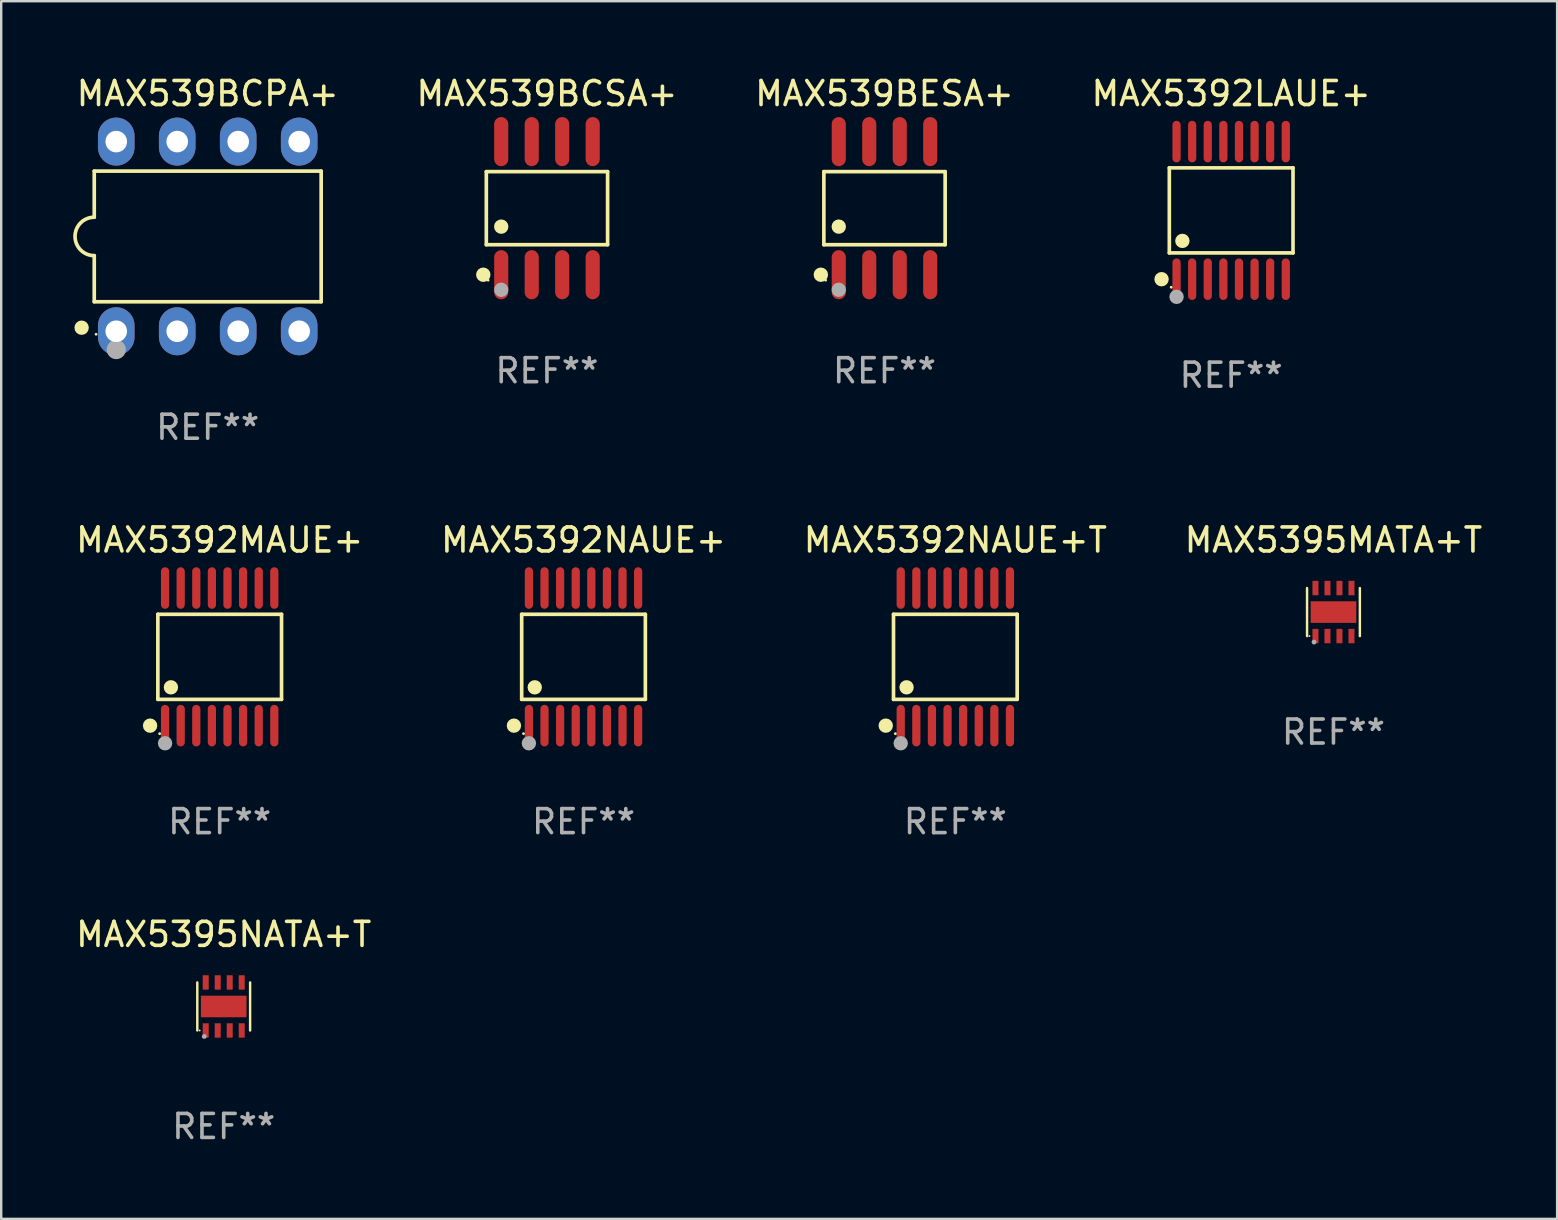
<source format=kicad_pcb>
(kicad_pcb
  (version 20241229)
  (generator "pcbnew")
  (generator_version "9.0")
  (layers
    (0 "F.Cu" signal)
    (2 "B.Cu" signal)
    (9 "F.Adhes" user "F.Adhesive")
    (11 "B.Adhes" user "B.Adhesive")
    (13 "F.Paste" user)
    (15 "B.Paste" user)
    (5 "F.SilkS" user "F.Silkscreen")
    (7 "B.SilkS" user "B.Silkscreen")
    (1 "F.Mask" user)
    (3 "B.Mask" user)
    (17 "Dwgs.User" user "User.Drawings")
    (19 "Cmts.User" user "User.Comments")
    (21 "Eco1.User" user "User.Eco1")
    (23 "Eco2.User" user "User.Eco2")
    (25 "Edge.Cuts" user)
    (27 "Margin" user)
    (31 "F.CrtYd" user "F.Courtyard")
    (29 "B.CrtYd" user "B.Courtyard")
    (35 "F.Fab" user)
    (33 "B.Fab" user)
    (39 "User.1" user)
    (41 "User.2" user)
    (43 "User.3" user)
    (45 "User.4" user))
  (footprint "MAX539BESA+"
    (layer "F.Cu")
    (at 33.793 5.621)
    (property "Reference" "MAX539BESA+" (at 0 -4.772 0) (layer "F.SilkS") (effects (font (size 1 1) (thickness 0.15))))
    (attr through_hole)
    (fp_line (start -2.526 -1.521) (end 2.526 -1.521) (stroke (width 0.152) (type solid)) (layer "F.SilkS"))
    (fp_line (start -2.526 1.521) (end -2.526 -1.521) (stroke (width 0.152) (type solid)) (layer "F.SilkS"))
    (fp_line (start 2.526 -1.521) (end 2.526 1.521) (stroke (width 0.152) (type solid)) (layer "F.SilkS"))
    (fp_line (start 2.526 1.521) (end -2.526 1.521) (stroke (width 0.152) (type solid)) (layer "F.SilkS"))
    (fp_circle (center -2.652 2.772) (end -2.501 2.772) (stroke (width 0.3) (type solid)) (fill no) (layer "F.SilkS"))
    (fp_circle (center -2.45 3) (end -2.42 3) (stroke (width 0.06) (type solid)) (fill no) (layer "F.SilkS"))
    (fp_circle (center -1.905 0.769) (end -1.755 0.769) (stroke (width 0.3) (type solid)) (fill no) (layer "F.SilkS"))
    (fp_circle (center -1.905 3.4) (end -1.755 3.4) (stroke (width 0.3) (type solid)) (fill no) (layer "F.Fab"))
    (fp_text user "REF**" (at 0 6.772 0) (layer "F.Fab") (effects (font (size 1 1) (thickness 0.15))))
    (pad "1" smd oval (at -1.905 2.772) (size 0.588 2.045) (layers "F.Cu" "F.Mask" "F.Paste"))
    (pad "2" smd oval (at -0.635 2.772) (size 0.588 2.045) (layers "F.Cu" "F.Mask" "F.Paste"))
    (pad "3" smd oval (at 0.635 2.772) (size 0.588 2.045) (layers "F.Cu" "F.Mask" "F.Paste"))
    (pad "4" smd oval (at 1.905 2.772) (size 0.588 2.045) (layers "F.Cu" "F.Mask" "F.Paste"))
    (pad "5" smd oval (at 1.905 -2.772) (size 0.588 2.045) (layers "F.Cu" "F.Mask" "F.Paste"))
    (pad "6" smd oval (at 0.635 -2.772) (size 0.588 2.045) (layers "F.Cu" "F.Mask" "F.Paste"))
    (pad "7" smd oval (at -0.635 -2.772) (size 0.588 2.045) (layers "F.Cu" "F.Mask" "F.Paste"))
    (pad "8" smd oval (at -1.905 -2.772) (size 0.588 2.045) (layers "F.Cu" "F.Mask" "F.Paste")))
  (footprint "MAX5392NAUE+T"
    (layer "F.Cu")
    (at 36.744 24.31)
    (property "Reference" "MAX5392NAUE+T" (at 0 -4.866 0) (layer "F.SilkS") (effects (font (size 1 1) (thickness 0.15))))
    (attr through_hole)
    (fp_line (start -2.576 -1.772) (end 2.576 -1.772) (stroke (width 0.152) (type solid)) (layer "F.SilkS"))
    (fp_line (start -2.576 1.771) (end -2.576 -1.772) (stroke (width 0.152) (type solid)) (layer "F.SilkS"))
    (fp_line (start 2.576 -1.772) (end 2.576 1.771) (stroke (width 0.152) (type solid)) (layer "F.SilkS"))
    (fp_line (start 2.576 1.771) (end -2.576 1.771) (stroke (width 0.152) (type solid)) (layer "F.SilkS"))
    (fp_circle (center -2.899 2.866) (end -2.749 2.866) (stroke (width 0.3) (type solid)) (fill no) (layer "F.SilkS"))
    (fp_circle (center -2.5 3.2) (end -2.47 3.2) (stroke (width 0.06) (type solid)) (fill no) (layer "F.SilkS"))
    (fp_circle (center -2.032 1.27) (end -1.882 1.27) (stroke (width 0.3) (type solid)) (fill no) (layer "F.SilkS"))
    (fp_circle (center -2.275 3.6) (end -2.125 3.6) (stroke (width 0.3) (type solid)) (fill no) (layer "F.Fab"))
    (fp_text user "REF**" (at 0 6.866 0) (layer "F.Fab") (effects (font (size 1 1) (thickness 0.15))))
    (pad "1" smd oval (at -2.275 2.866) (size 0.343 1.731) (layers "F.Cu" "F.Mask" "F.Paste"))
    (pad "2" smd oval (at -1.625 2.866) (size 0.343 1.731) (layers "F.Cu" "F.Mask" "F.Paste"))
    (pad "3" smd oval (at -0.975 2.866) (size 0.343 1.731) (layers "F.Cu" "F.Mask" "F.Paste"))
    (pad "4" smd oval (at -0.325 2.866) (size 0.343 1.731) (layers "F.Cu" "F.Mask" "F.Paste"))
    (pad "5" smd oval (at 0.325 2.866) (size 0.343 1.731) (layers "F.Cu" "F.Mask" "F.Paste"))
    (pad "6" smd oval (at 0.975 2.866) (size 0.343 1.731) (layers "F.Cu" "F.Mask" "F.Paste"))
    (pad "7" smd oval (at 1.625 2.866) (size 0.343 1.731) (layers "F.Cu" "F.Mask" "F.Paste"))
    (pad "8" smd oval (at 2.275 2.866) (size 0.343 1.731) (layers "F.Cu" "F.Mask" "F.Paste"))
    (pad "9" smd oval (at 2.275 -2.866) (size 0.343 1.731) (layers "F.Cu" "F.Mask" "F.Paste"))
    (pad "10" smd oval (at 1.625 -2.866) (size 0.343 1.731) (layers "F.Cu" "F.Mask" "F.Paste"))
    (pad "11" smd oval (at 0.975 -2.866) (size 0.343 1.731) (layers "F.Cu" "F.Mask" "F.Paste"))
    (pad "12" smd oval (at 0.325 -2.866) (size 0.343 1.731) (layers "F.Cu" "F.Mask" "F.Paste"))
    (pad "13" smd oval (at -0.325 -2.866) (size 0.343 1.731) (layers "F.Cu" "F.Mask" "F.Paste"))
    (pad "14" smd oval (at -0.975 -2.866) (size 0.343 1.731) (layers "F.Cu" "F.Mask" "F.Paste"))
    (pad "15" smd oval (at -1.625 -2.866) (size 0.343 1.731) (layers "F.Cu" "F.Mask" "F.Paste"))
    (pad "16" smd oval (at -2.275 -2.866) (size 0.343 1.731) (layers "F.Cu" "F.Mask" "F.Paste")))
  (footprint "MAX5395MATA+T"
    (layer "F.Cu")
    (at 52.494 22.445)
    (property "Reference" "MAX5395MATA+T" (at 0 -3 0) (layer "F.SilkS") (effects (font (size 1 1) (thickness 0.15))))
    (attr through_hole)
    (fp_line (start -1.1 1) (end -1.1 -1) (stroke (width 0.102) (type solid)) (layer "F.SilkS"))
    (fp_line (start 1.1 1) (end 1.1 -1) (stroke (width 0.102) (type solid)) (layer "F.SilkS"))
    (fp_circle (center -1 1) (end -0.98 1) (stroke (width 0.04) (type solid)) (fill no) (layer "F.SilkS"))
    (fp_circle (center -0.81 1.25) (end -0.76 1.25) (stroke (width 0.1) (type solid)) (fill no) (layer "F.Fab"))
    (fp_text user "REF**" (at 0 5 0) (layer "F.Fab") (effects (font (size 1 1) (thickness 0.15))))
    (pad "1" smd rect (at -0.75 1 90) (size 0.6 0.25) (layers "F.Cu" "F.Mask" "F.Paste"))
    (pad "2" smd rect (at -0.25 1 90) (size 0.6 0.25) (layers "F.Cu" "F.Mask" "F.Paste"))
    (pad "3" smd rect (at 0.25 1 90) (size 0.6 0.25) (layers "F.Cu" "F.Mask" "F.Paste"))
    (pad "4" smd rect (at 0.75 1 90) (size 0.6 0.25) (layers "F.Cu" "F.Mask" "F.Paste"))
    (pad "5" smd rect (at 0.75 -1 90) (size 0.6 0.25) (layers "F.Cu" "F.Mask" "F.Paste"))
    (pad "6" smd rect (at 0.25 -1 90) (size 0.6 0.25) (layers "F.Cu" "F.Mask" "F.Paste"))
    (pad "7" smd rect (at -0.25 -1 90) (size 0.6 0.25) (layers "F.Cu" "F.Mask" "F.Paste"))
    (pad "8" smd rect (at -0.75 -1 90) (size 0.6 0.25) (layers "F.Cu" "F.Mask" "F.Paste"))
    (pad "9" smd rect (at -0.000127 0.001 180) (size 1.9 0.9) (layers "F.Cu" "F.Mask" "F.Paste")))
  (footprint "MAX539BCPA+"
    (layer "F.Cu")
    (at 5.602 6.798)
    (property "Reference" "MAX539BCPA+" (at 0 -5.95 0) (layer "F.SilkS") (effects (font (size 1 1) (thickness 0.15))))
    (attr through_hole)
    (fp_line (start -4.726 -2.721) (end -4.726 -0.8) (stroke (width 0.152) (type solid)) (layer "F.SilkS"))
    (fp_line (start -4.726 0.8) (end -4.726 2.721) (stroke (width 0.152) (type solid)) (layer "F.SilkS"))
    (fp_line (start -4.726 2.721) (end 4.726 2.721) (stroke (width 0.152) (type solid)) (layer "F.SilkS"))
    (fp_line (start 4.726 -2.721) (end -4.726 -2.721) (stroke (width 0.152) (type solid)) (layer "F.SilkS"))
    (fp_line (start 4.726 2.721) (end 4.726 -2.721) (stroke (width 0.152) (type solid)) (layer "F.SilkS"))
    (fp_arc (start -4.726213 0.8) (mid -5.526213 0) (end -4.726213 -0.8) (stroke (width 0.1524) (type solid)) (layer "F.SilkS"))
    (fp_circle (center -5.252 3.802) (end -5.102 3.802) (stroke (width 0.3) (type solid)) (fill no) (layer "F.SilkS"))
    (fp_circle (center -4.65 4.075) (end -4.62 4.075) (stroke (width 0.06) (type solid)) (fill no) (layer "F.SilkS"))
    (fp_circle (center -3.81 4.712) (end -3.61 4.712) (stroke (width 0.4) (type solid)) (fill no) (layer "F.Fab"))
    (fp_text user "REF**" (at 0 7.95 0) (layer "F.Fab") (effects (font (size 1 1) (thickness 0.15))))
    (pad "1" thru_hole oval (at -3.81 3.95) (size 1.524 2) (drill 0.9) (layers "*.Cu" "*.Mask"))
    (pad "2" thru_hole oval (at -1.27 3.95) (size 1.524 2) (drill 0.9) (layers "*.Cu" "*.Mask"))
    (pad "3" thru_hole oval (at 1.27 3.95) (size 1.524 2) (drill 0.9) (layers "*.Cu" "*.Mask"))
    (pad "4" thru_hole oval (at 3.81 3.95) (size 1.524 2) (drill 0.9) (layers "*.Cu" "*.Mask"))
    (pad "5" thru_hole oval (at 3.81 -3.95) (size 1.524 2) (drill 0.9) (layers "*.Cu" "*.Mask"))
    (pad "6" thru_hole oval (at 1.27 -3.95) (size 1.524 2) (drill 0.9) (layers "*.Cu" "*.Mask"))
    (pad "7" thru_hole oval (at -1.27 -3.95) (size 1.524 2) (drill 0.9) (layers "*.Cu" "*.Mask"))
    (pad "8" thru_hole oval (at -3.81 -3.95) (size 1.524 2) (drill 0.9) (layers "*.Cu" "*.Mask")))
  (footprint "MAX5392LAUE+"
    (layer "F.Cu")
    (at 48.233 5.714)
    (property "Reference" "MAX5392LAUE+" (at 0 -4.866 0) (layer "F.SilkS") (effects (font (size 1 1) (thickness 0.15))))
    (attr through_hole)
    (fp_line (start -2.576 -1.772) (end 2.576 -1.772) (stroke (width 0.152) (type solid)) (layer "F.SilkS"))
    (fp_line (start -2.576 1.771) (end -2.576 -1.772) (stroke (width 0.152) (type solid)) (layer "F.SilkS"))
    (fp_line (start 2.576 -1.772) (end 2.576 1.771) (stroke (width 0.152) (type solid)) (layer "F.SilkS"))
    (fp_line (start 2.576 1.771) (end -2.576 1.771) (stroke (width 0.152) (type solid)) (layer "F.SilkS"))
    (fp_circle (center -2.899 2.866) (end -2.749 2.866) (stroke (width 0.3) (type solid)) (fill no) (layer "F.SilkS"))
    (fp_circle (center -2.5 3.2) (end -2.47 3.2) (stroke (width 0.06) (type solid)) (fill no) (layer "F.SilkS"))
    (fp_circle (center -2.032 1.27) (end -1.882 1.27) (stroke (width 0.3) (type solid)) (fill no) (layer "F.SilkS"))
    (fp_circle (center -2.275 3.6) (end -2.125 3.6) (stroke (width 0.3) (type solid)) (fill no) (layer "F.Fab"))
    (fp_text user "REF**" (at 0 6.866 0) (layer "F.Fab") (effects (font (size 1 1) (thickness 0.15))))
    (pad "1" smd oval (at -2.275 2.866) (size 0.343 1.731) (layers "F.Cu" "F.Mask" "F.Paste"))
    (pad "2" smd oval (at -1.625 2.866) (size 0.343 1.731) (layers "F.Cu" "F.Mask" "F.Paste"))
    (pad "3" smd oval (at -0.975 2.866) (size 0.343 1.731) (layers "F.Cu" "F.Mask" "F.Paste"))
    (pad "4" smd oval (at -0.325 2.866) (size 0.343 1.731) (layers "F.Cu" "F.Mask" "F.Paste"))
    (pad "5" smd oval (at 0.325 2.866) (size 0.343 1.731) (layers "F.Cu" "F.Mask" "F.Paste"))
    (pad "6" smd oval (at 0.975 2.866) (size 0.343 1.731) (layers "F.Cu" "F.Mask" "F.Paste"))
    (pad "7" smd oval (at 1.625 2.866) (size 0.343 1.731) (layers "F.Cu" "F.Mask" "F.Paste"))
    (pad "8" smd oval (at 2.275 2.866) (size 0.343 1.731) (layers "F.Cu" "F.Mask" "F.Paste"))
    (pad "9" smd oval (at 2.275 -2.866) (size 0.343 1.731) (layers "F.Cu" "F.Mask" "F.Paste"))
    (pad "10" smd oval (at 1.625 -2.866) (size 0.343 1.731) (layers "F.Cu" "F.Mask" "F.Paste"))
    (pad "11" smd oval (at 0.975 -2.866) (size 0.343 1.731) (layers "F.Cu" "F.Mask" "F.Paste"))
    (pad "12" smd oval (at 0.325 -2.866) (size 0.343 1.731) (layers "F.Cu" "F.Mask" "F.Paste"))
    (pad "13" smd oval (at -0.325 -2.866) (size 0.343 1.731) (layers "F.Cu" "F.Mask" "F.Paste"))
    (pad "14" smd oval (at -0.975 -2.866) (size 0.343 1.731) (layers "F.Cu" "F.Mask" "F.Paste"))
    (pad "15" smd oval (at -1.625 -2.866) (size 0.343 1.731) (layers "F.Cu" "F.Mask" "F.Paste"))
    (pad "16" smd oval (at -2.275 -2.866) (size 0.343 1.731) (layers "F.Cu" "F.Mask" "F.Paste")))
  (footprint "MAX5392MAUE+"
    (layer "F.Cu")
    (at 6.101 24.31)
    (property "Reference" "MAX5392MAUE+" (at 0 -4.866 0) (layer "F.SilkS") (effects (font (size 1 1) (thickness 0.15))))
    (attr through_hole)
    (fp_line (start -2.576 -1.772) (end 2.576 -1.772) (stroke (width 0.152) (type solid)) (layer "F.SilkS"))
    (fp_line (start -2.576 1.771) (end -2.576 -1.772) (stroke (width 0.152) (type solid)) (layer "F.SilkS"))
    (fp_line (start 2.576 -1.772) (end 2.576 1.771) (stroke (width 0.152) (type solid)) (layer "F.SilkS"))
    (fp_line (start 2.576 1.771) (end -2.576 1.771) (stroke (width 0.152) (type solid)) (layer "F.SilkS"))
    (fp_circle (center -2.899 2.866) (end -2.749 2.866) (stroke (width 0.3) (type solid)) (fill no) (layer "F.SilkS"))
    (fp_circle (center -2.5 3.2) (end -2.47 3.2) (stroke (width 0.06) (type solid)) (fill no) (layer "F.SilkS"))
    (fp_circle (center -2.032 1.27) (end -1.882 1.27) (stroke (width 0.3) (type solid)) (fill no) (layer "F.SilkS"))
    (fp_circle (center -2.275 3.6) (end -2.125 3.6) (stroke (width 0.3) (type solid)) (fill no) (layer "F.Fab"))
    (fp_text user "REF**" (at 0 6.866 0) (layer "F.Fab") (effects (font (size 1 1) (thickness 0.15))))
    (pad "1" smd oval (at -2.275 2.866) (size 0.343 1.731) (layers "F.Cu" "F.Mask" "F.Paste"))
    (pad "2" smd oval (at -1.625 2.866) (size 0.343 1.731) (layers "F.Cu" "F.Mask" "F.Paste"))
    (pad "3" smd oval (at -0.975 2.866) (size 0.343 1.731) (layers "F.Cu" "F.Mask" "F.Paste"))
    (pad "4" smd oval (at -0.325 2.866) (size 0.343 1.731) (layers "F.Cu" "F.Mask" "F.Paste"))
    (pad "5" smd oval (at 0.325 2.866) (size 0.343 1.731) (layers "F.Cu" "F.Mask" "F.Paste"))
    (pad "6" smd oval (at 0.975 2.866) (size 0.343 1.731) (layers "F.Cu" "F.Mask" "F.Paste"))
    (pad "7" smd oval (at 1.625 2.866) (size 0.343 1.731) (layers "F.Cu" "F.Mask" "F.Paste"))
    (pad "8" smd oval (at 2.275 2.866) (size 0.343 1.731) (layers "F.Cu" "F.Mask" "F.Paste"))
    (pad "9" smd oval (at 2.275 -2.866) (size 0.343 1.731) (layers "F.Cu" "F.Mask" "F.Paste"))
    (pad "10" smd oval (at 1.625 -2.866) (size 0.343 1.731) (layers "F.Cu" "F.Mask" "F.Paste"))
    (pad "11" smd oval (at 0.975 -2.866) (size 0.343 1.731) (layers "F.Cu" "F.Mask" "F.Paste"))
    (pad "12" smd oval (at 0.325 -2.866) (size 0.343 1.731) (layers "F.Cu" "F.Mask" "F.Paste"))
    (pad "13" smd oval (at -0.325 -2.866) (size 0.343 1.731) (layers "F.Cu" "F.Mask" "F.Paste"))
    (pad "14" smd oval (at -0.975 -2.866) (size 0.343 1.731) (layers "F.Cu" "F.Mask" "F.Paste"))
    (pad "15" smd oval (at -1.625 -2.866) (size 0.343 1.731) (layers "F.Cu" "F.Mask" "F.Paste"))
    (pad "16" smd oval (at -2.275 -2.866) (size 0.343 1.731) (layers "F.Cu" "F.Mask" "F.Paste")))
  (footprint "MAX5395NATA+T"
    (layer "F.Cu")
    (at 6.268 38.873)
    (property "Reference" "MAX5395NATA+T" (at 0 -3 0) (layer "F.SilkS") (effects (font (size 1 1) (thickness 0.15))))
    (attr through_hole)
    (fp_line (start -1.1 1) (end -1.1 -1) (stroke (width 0.102) (type solid)) (layer "F.SilkS"))
    (fp_line (start 1.1 1) (end 1.1 -1) (stroke (width 0.102) (type solid)) (layer "F.SilkS"))
    (fp_circle (center -1 1) (end -0.98 1) (stroke (width 0.04) (type solid)) (fill no) (layer "F.SilkS"))
    (fp_circle (center -0.81 1.25) (end -0.76 1.25) (stroke (width 0.1) (type solid)) (fill no) (layer "F.Fab"))
    (fp_text user "REF**" (at 0 5 0) (layer "F.Fab") (effects (font (size 1 1) (thickness 0.15))))
    (pad "1" smd rect (at -0.75 1 90) (size 0.6 0.25) (layers "F.Cu" "F.Mask" "F.Paste"))
    (pad "2" smd rect (at -0.25 1 90) (size 0.6 0.25) (layers "F.Cu" "F.Mask" "F.Paste"))
    (pad "3" smd rect (at 0.25 1 90) (size 0.6 0.25) (layers "F.Cu" "F.Mask" "F.Paste"))
    (pad "4" smd rect (at 0.75 1 90) (size 0.6 0.25) (layers "F.Cu" "F.Mask" "F.Paste"))
    (pad "5" smd rect (at 0.75 -1 90) (size 0.6 0.25) (layers "F.Cu" "F.Mask" "F.Paste"))
    (pad "6" smd rect (at 0.25 -1 90) (size 0.6 0.25) (layers "F.Cu" "F.Mask" "F.Paste"))
    (pad "7" smd rect (at -0.25 -1 90) (size 0.6 0.25) (layers "F.Cu" "F.Mask" "F.Paste"))
    (pad "8" smd rect (at -0.75 -1 90) (size 0.6 0.25) (layers "F.Cu" "F.Mask" "F.Paste"))
    (pad "9" smd rect (at -0.000127 0.001 180) (size 1.9 0.9) (layers "F.Cu" "F.Mask" "F.Paste")))
  (footprint "MAX5392NAUE+"
    (layer "F.Cu")
    (at 21.256 24.31)
    (property "Reference" "MAX5392NAUE+" (at 0 -4.866 0) (layer "F.SilkS") (effects (font (size 1 1) (thickness 0.15))))
    (attr through_hole)
    (fp_line (start -2.576 -1.772) (end 2.576 -1.772) (stroke (width 0.152) (type solid)) (layer "F.SilkS"))
    (fp_line (start -2.576 1.771) (end -2.576 -1.772) (stroke (width 0.152) (type solid)) (layer "F.SilkS"))
    (fp_line (start 2.576 -1.772) (end 2.576 1.771) (stroke (width 0.152) (type solid)) (layer "F.SilkS"))
    (fp_line (start 2.576 1.771) (end -2.576 1.771) (stroke (width 0.152) (type solid)) (layer "F.SilkS"))
    (fp_circle (center -2.899 2.866) (end -2.749 2.866) (stroke (width 0.3) (type solid)) (fill no) (layer "F.SilkS"))
    (fp_circle (center -2.5 3.2) (end -2.47 3.2) (stroke (width 0.06) (type solid)) (fill no) (layer "F.SilkS"))
    (fp_circle (center -2.032 1.27) (end -1.882 1.27) (stroke (width 0.3) (type solid)) (fill no) (layer "F.SilkS"))
    (fp_circle (center -2.275 3.6) (end -2.125 3.6) (stroke (width 0.3) (type solid)) (fill no) (layer "F.Fab"))
    (fp_text user "REF**" (at 0 6.866 0) (layer "F.Fab") (effects (font (size 1 1) (thickness 0.15))))
    (pad "1" smd oval (at -2.275 2.866) (size 0.343 1.731) (layers "F.Cu" "F.Mask" "F.Paste"))
    (pad "2" smd oval (at -1.625 2.866) (size 0.343 1.731) (layers "F.Cu" "F.Mask" "F.Paste"))
    (pad "3" smd oval (at -0.975 2.866) (size 0.343 1.731) (layers "F.Cu" "F.Mask" "F.Paste"))
    (pad "4" smd oval (at -0.325 2.866) (size 0.343 1.731) (layers "F.Cu" "F.Mask" "F.Paste"))
    (pad "5" smd oval (at 0.325 2.866) (size 0.343 1.731) (layers "F.Cu" "F.Mask" "F.Paste"))
    (pad "6" smd oval (at 0.975 2.866) (size 0.343 1.731) (layers "F.Cu" "F.Mask" "F.Paste"))
    (pad "7" smd oval (at 1.625 2.866) (size 0.343 1.731) (layers "F.Cu" "F.Mask" "F.Paste"))
    (pad "8" smd oval (at 2.275 2.866) (size 0.343 1.731) (layers "F.Cu" "F.Mask" "F.Paste"))
    (pad "9" smd oval (at 2.275 -2.866) (size 0.343 1.731) (layers "F.Cu" "F.Mask" "F.Paste"))
    (pad "10" smd oval (at 1.625 -2.866) (size 0.343 1.731) (layers "F.Cu" "F.Mask" "F.Paste"))
    (pad "11" smd oval (at 0.975 -2.866) (size 0.343 1.731) (layers "F.Cu" "F.Mask" "F.Paste"))
    (pad "12" smd oval (at 0.325 -2.866) (size 0.343 1.731) (layers "F.Cu" "F.Mask" "F.Paste"))
    (pad "13" smd oval (at -0.325 -2.866) (size 0.343 1.731) (layers "F.Cu" "F.Mask" "F.Paste"))
    (pad "14" smd oval (at -0.975 -2.866) (size 0.343 1.731) (layers "F.Cu" "F.Mask" "F.Paste"))
    (pad "15" smd oval (at -1.625 -2.866) (size 0.343 1.731) (layers "F.Cu" "F.Mask" "F.Paste"))
    (pad "16" smd oval (at -2.275 -2.866) (size 0.343 1.731) (layers "F.Cu" "F.Mask" "F.Paste")))
  (footprint "MAX539BCSA+"
    (layer "F.Cu")
    (at 19.733 5.621)
    (property "Reference" "MAX539BCSA+" (at 0 -4.772 0) (layer "F.SilkS") (effects (font (size 1 1) (thickness 0.15))))
    (attr through_hole)
    (fp_line (start -2.526 -1.521) (end 2.526 -1.521) (stroke (width 0.152) (type solid)) (layer "F.SilkS"))
    (fp_line (start -2.526 1.521) (end -2.526 -1.521) (stroke (width 0.152) (type solid)) (layer "F.SilkS"))
    (fp_line (start 2.526 -1.521) (end 2.526 1.521) (stroke (width 0.152) (type solid)) (layer "F.SilkS"))
    (fp_line (start 2.526 1.521) (end -2.526 1.521) (stroke (width 0.152) (type solid)) (layer "F.SilkS"))
    (fp_circle (center -2.652 2.772) (end -2.501 2.772) (stroke (width 0.3) (type solid)) (fill no) (layer "F.SilkS"))
    (fp_circle (center -2.45 3) (end -2.42 3) (stroke (width 0.06) (type solid)) (fill no) (layer "F.SilkS"))
    (fp_circle (center -1.905 0.769) (end -1.755 0.769) (stroke (width 0.3) (type solid)) (fill no) (layer "F.SilkS"))
    (fp_circle (center -1.905 3.4) (end -1.755 3.4) (stroke (width 0.3) (type solid)) (fill no) (layer "F.Fab"))
    (fp_text user "REF**" (at 0 6.772 0) (layer "F.Fab") (effects (font (size 1 1) (thickness 0.15))))
    (pad "1" smd oval (at -1.905 2.772) (size 0.588 2.045) (layers "F.Cu" "F.Mask" "F.Paste"))
    (pad "2" smd oval (at -0.635 2.772) (size 0.588 2.045) (layers "F.Cu" "F.Mask" "F.Paste"))
    (pad "3" smd oval (at 0.635 2.772) (size 0.588 2.045) (layers "F.Cu" "F.Mask" "F.Paste"))
    (pad "4" smd oval (at 1.905 2.772) (size 0.588 2.045) (layers "F.Cu" "F.Mask" "F.Paste"))
    (pad "5" smd oval (at 1.905 -2.772) (size 0.588 2.045) (layers "F.Cu" "F.Mask" "F.Paste"))
    (pad "6" smd oval (at 0.635 -2.772) (size 0.588 2.045) (layers "F.Cu" "F.Mask" "F.Paste"))
    (pad "7" smd oval (at -0.635 -2.772) (size 0.588 2.045) (layers "F.Cu" "F.Mask" "F.Paste"))
    (pad "8" smd oval (at -1.905 -2.772) (size 0.588 2.045) (layers "F.Cu" "F.Mask" "F.Paste")))
  (gr_rect
    (start -3 -3)
    (end 61.81 47.721)
    (stroke (width 0.1) (type default))
    (fill no)
    (layer "Edge.Cuts")))
</source>
